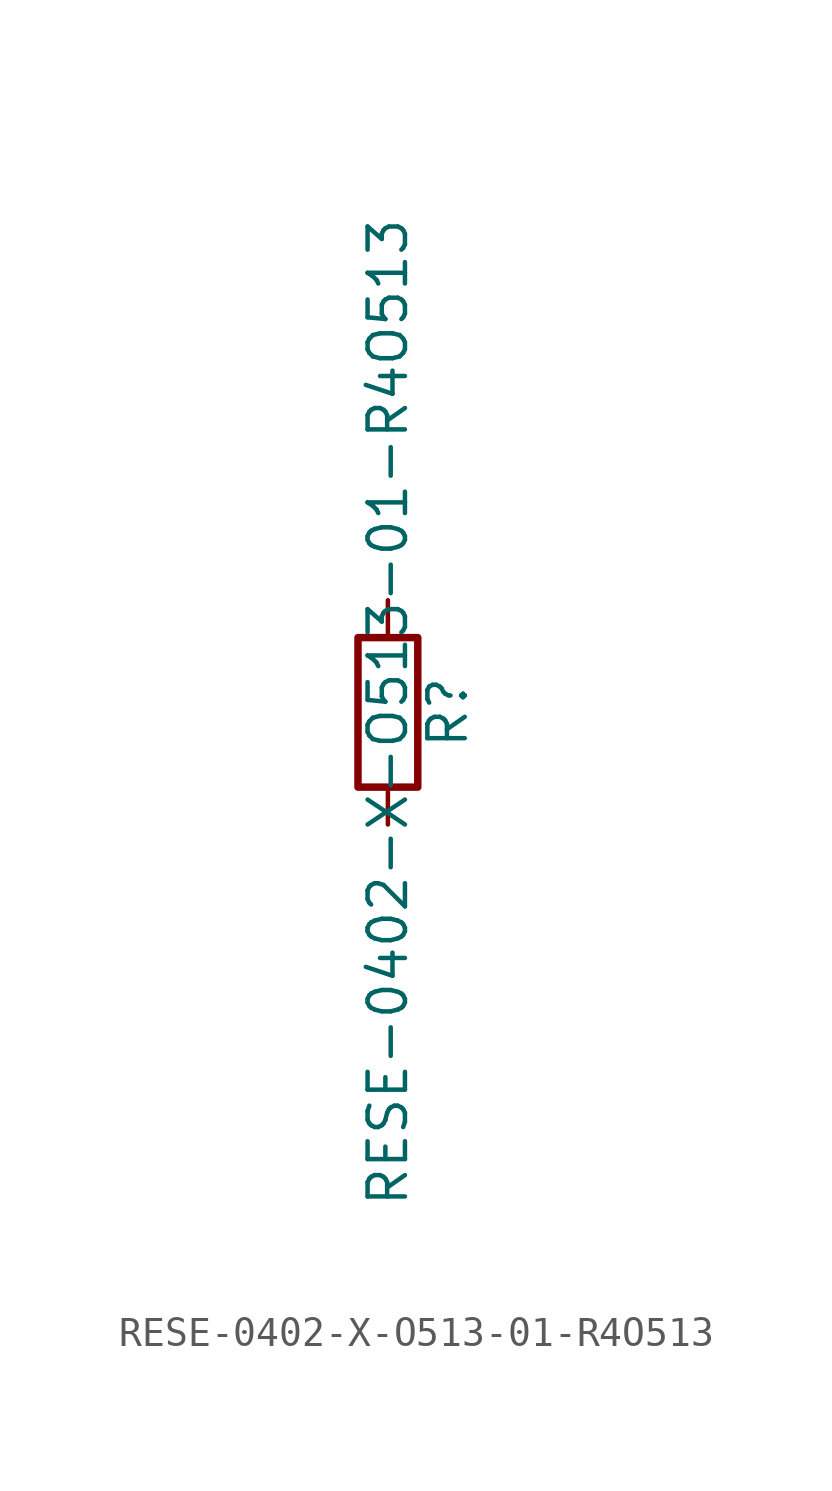
<source format=kicad_sym>
(kicad_symbol_lib
  (version 20211014)
  (generator kicad_symbol_editor)
  (symbol "RESE-0402-X-O513-01-R4O513"
    (pin_numbers hide)
    (pin_names
      (offset 0))
    (property "Reference" "R"
      (at 2.032 0 90)
      (effects (font (size 1.27 1.27))))
    (property "Value" "RESE-0402-X-O513-01-R4O513"
      (at 0 0 90)
      (effects (font (size 1.27 1.27))))
    (symbol "RESE-0402-X-O513-01-R4O513_0_1"
      (rectangle (start -1.016 -2.54) (end 1.016 2.54) (stroke (width 0.254) (type default) (color 0 0 0 0)) (fill (type none))))
    (symbol "RESE-0402-X-O513-01-R4O513_1_1"
      (pin passive line (at 0 3.81 270) (length 1.27) (name "~" (effects (font (size 1.27 1.27)))) (number "1" (effects (font (size 1.27 1.27)))))
      (pin passive line (at 0 -3.81 90) (length 1.27) (name "~" (effects (font (size 1.27 1.27)))) (number "2" (effects (font (size 1.27 1.27))))))))
</source>
